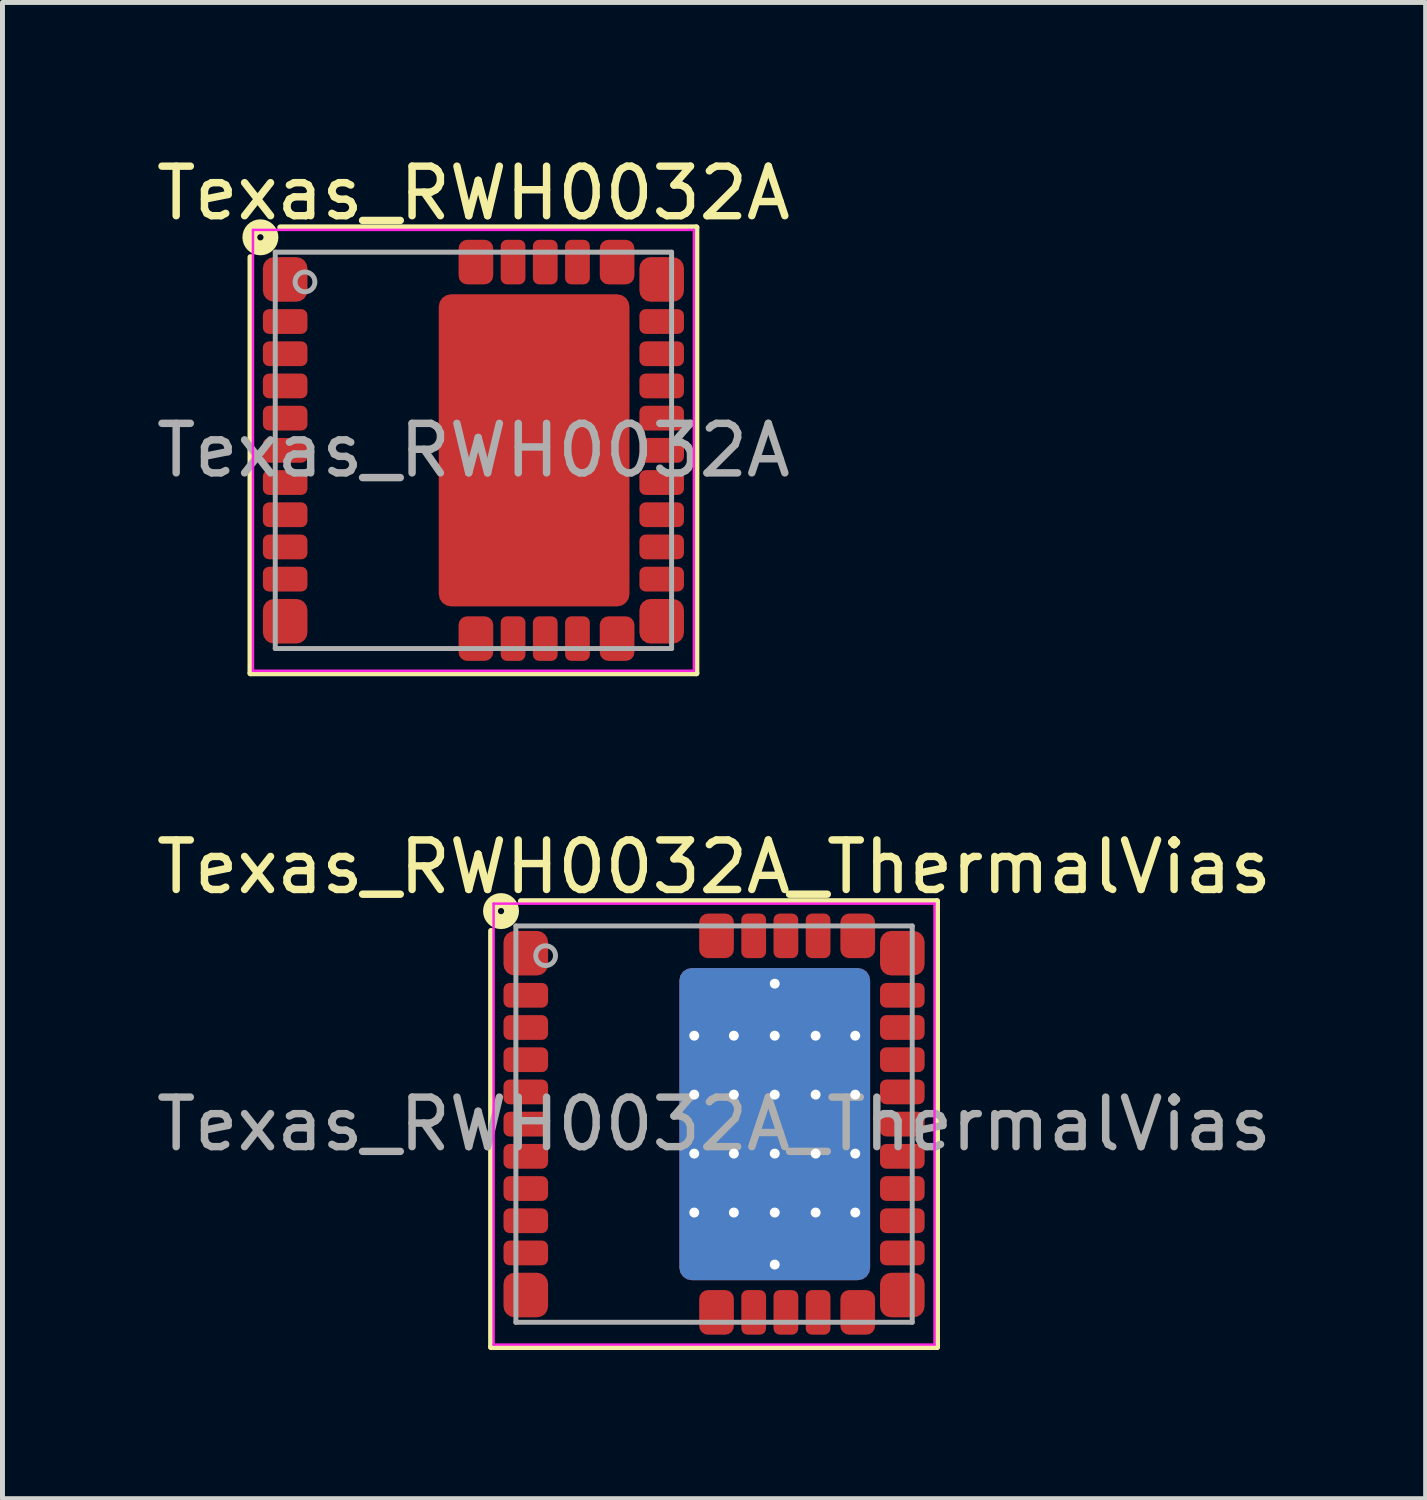
<source format=kicad_pcb>
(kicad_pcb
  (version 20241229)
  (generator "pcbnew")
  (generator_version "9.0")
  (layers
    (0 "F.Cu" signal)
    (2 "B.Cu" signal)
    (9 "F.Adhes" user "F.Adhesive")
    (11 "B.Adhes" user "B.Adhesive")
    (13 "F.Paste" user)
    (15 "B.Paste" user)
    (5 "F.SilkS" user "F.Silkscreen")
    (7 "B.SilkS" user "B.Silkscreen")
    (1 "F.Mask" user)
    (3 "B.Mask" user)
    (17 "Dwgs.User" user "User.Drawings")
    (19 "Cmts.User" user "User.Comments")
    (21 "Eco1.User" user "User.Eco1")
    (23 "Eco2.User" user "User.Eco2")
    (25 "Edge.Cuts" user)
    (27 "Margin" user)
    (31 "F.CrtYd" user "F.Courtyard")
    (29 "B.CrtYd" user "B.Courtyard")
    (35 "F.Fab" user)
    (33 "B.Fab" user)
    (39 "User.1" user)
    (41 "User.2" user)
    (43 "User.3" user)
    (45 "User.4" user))
  (footprint "Texas_RWH0032A"
    (layer "F.Cu")
    (at 6.506 6.04)
    (property "Reference" "Texas_RWH0032A" (at 0 -5.191 0) (layer "F.SilkS") (effects (font (size 1 1) (thickness 0.15))))
    (attr smd)
    (fp_line (start -4.5 -3.9) (end -4.5 4.5) (stroke (width 0.12) (type solid)) (layer "F.SilkS"))
    (fp_line (start -4.5 4.5) (end 4.5 4.5) (stroke (width 0.12) (type solid)) (layer "F.SilkS"))
    (fp_line (start 4.5 -4.5) (end -3.9 -4.5) (stroke (width 0.12) (type solid)) (layer "F.SilkS"))
    (fp_line (start 4.5 4.5) (end 4.5 -4.5) (stroke (width 0.12) (type solid)) (layer "F.SilkS"))
    (fp_circle (center -4.3 -4.3) (end -4.237 -4.3) (stroke (width 0.3) (type solid)) (fill no) (layer "F.SilkS"))
    (fp_line (start -4.45 -4.45) (end 4.45 -4.45) (stroke (width 0.05) (type solid)) (layer "F.CrtYd"))
    (fp_line (start -4.45 4.45) (end -4.45 -4.45) (stroke (width 0.05) (type solid)) (layer "F.CrtYd"))
    (fp_line (start 4.45 -4.45) (end 4.45 4.45) (stroke (width 0.05) (type solid)) (layer "F.CrtYd"))
    (fp_line (start 4.45 4.45) (end -4.45 4.45) (stroke (width 0.05) (type solid)) (layer "F.CrtYd"))
    (fp_line (start -4 -4) (end 4 -4) (stroke (width 0.1) (type solid)) (layer "F.Fab"))
    (fp_line (start -4 4) (end -4 -4) (stroke (width 0.1) (type solid)) (layer "F.Fab"))
    (fp_line (start 4 -4) (end 4 4) (stroke (width 0.1) (type solid)) (layer "F.Fab"))
    (fp_line (start 4 4) (end -4 4) (stroke (width 0.1) (type solid)) (layer "F.Fab"))
    (fp_circle (center -3.4 -3.4) (end -3.2 -3.4) (stroke (width 0.1) (type solid)) (fill no) (layer "F.Fab"))
    (fp_text user "${REFERENCE}" (at 0 0 0) (layer "F.Fab") (effects (font (size 1 1) (thickness 0.15))))
    (pad "" smd roundrect (at 0.325 -2.38) (size 1.6 0.99) (layers "F.Paste") (roundrect_rratio 0.25))
    (pad "" smd roundrect (at 0.325 -1.19) (size 1.6 0.99) (layers "F.Paste") (roundrect_rratio 0.25))
    (pad "" smd roundrect (at 0.325 0) (size 1.6 0.99) (layers "F.Paste") (roundrect_rratio 0.25))
    (pad "" smd roundrect (at 0.325 1.19) (size 1.6 0.99) (layers "F.Paste") (roundrect_rratio 0.25))
    (pad "" smd roundrect (at 0.325 2.38) (size 1.6 0.99) (layers "F.Paste") (roundrect_rratio 0.25))
    (pad "" smd roundrect (at 2.125 -2.38) (size 1.6 0.99) (layers "F.Paste") (roundrect_rratio 0.25))
    (pad "" smd roundrect (at 2.125 -1.19) (size 1.6 0.99) (layers "F.Paste") (roundrect_rratio 0.25))
    (pad "" smd roundrect (at 2.125 0) (size 1.6 0.99) (layers "F.Paste") (roundrect_rratio 0.25))
    (pad "" smd roundrect (at 2.125 1.19) (size 1.6 0.99) (layers "F.Paste") (roundrect_rratio 0.25))
    (pad "" smd roundrect (at 2.125 2.38) (size 1.6 0.99) (layers "F.Paste") (roundrect_rratio 0.25))
    (pad "1" smd roundrect (at -3.8 -3.45) (size 0.9 0.9) (layers "F.Cu" "F.Mask" "F.Paste") (roundrect_rratio 0.25))
    (pad "2" smd roundrect (at -3.8 -2.6) (size 0.9 0.5) (layers "F.Cu" "F.Mask" "F.Paste") (roundrect_rratio 0.25))
    (pad "3" smd roundrect (at -3.8 -1.95) (size 0.9 0.5) (layers "F.Cu" "F.Mask" "F.Paste") (roundrect_rratio 0.25))
    (pad "4" smd roundrect (at -3.8 -1.3) (size 0.9 0.5) (layers "F.Cu" "F.Mask" "F.Paste") (roundrect_rratio 0.25))
    (pad "5" smd roundrect (at -3.8 -0.65) (size 0.9 0.5) (layers "F.Cu" "F.Mask" "F.Paste") (roundrect_rratio 0.25))
    (pad "6" smd roundrect (at -3.8 0) (size 0.9 0.5) (layers "F.Cu" "F.Mask" "F.Paste") (roundrect_rratio 0.25))
    (pad "7" smd roundrect (at -3.8 0.65) (size 0.9 0.5) (layers "F.Cu" "F.Mask" "F.Paste") (roundrect_rratio 0.25))
    (pad "8" smd roundrect (at -3.8 1.3) (size 0.9 0.5) (layers "F.Cu" "F.Mask" "F.Paste") (roundrect_rratio 0.25))
    (pad "9" smd roundrect (at -3.8 1.95) (size 0.9 0.5) (layers "F.Cu" "F.Mask" "F.Paste") (roundrect_rratio 0.25))
    (pad "10" smd roundrect (at -3.8 2.6) (size 0.9 0.5) (layers "F.Cu" "F.Mask" "F.Paste") (roundrect_rratio 0.25))
    (pad "11" smd roundrect (at -3.8 3.45) (size 0.9 0.9) (layers "F.Cu" "F.Mask" "F.Paste") (roundrect_rratio 0.25))
    (pad "12" smd roundrect (at 0.05 3.8) (size 0.7 0.9) (layers "F.Cu" "F.Mask" "F.Paste") (roundrect_rratio 0.25))
    (pad "13" smd roundrect (at 0.8 3.8) (size 0.5 0.9) (layers "F.Cu" "F.Mask" "F.Paste") (roundrect_rratio 0.25))
    (pad "14" smd roundrect (at 1.45 3.8) (size 0.5 0.9) (layers "F.Cu" "F.Mask" "F.Paste") (roundrect_rratio 0.25))
    (pad "15" smd roundrect (at 2.1 3.8) (size 0.5 0.9) (layers "F.Cu" "F.Mask" "F.Paste") (roundrect_rratio 0.25))
    (pad "16" smd roundrect (at 2.9 3.8) (size 0.7 0.9) (layers "F.Cu" "F.Mask" "F.Paste") (roundrect_rratio 0.25))
    (pad "17" smd roundrect (at 3.8 3.45) (size 0.9 0.9) (layers "F.Cu" "F.Mask" "F.Paste") (roundrect_rratio 0.25))
    (pad "18" smd roundrect (at 3.8 2.6) (size 0.9 0.5) (layers "F.Cu" "F.Mask" "F.Paste") (roundrect_rratio 0.25))
    (pad "19" smd roundrect (at 3.8 1.95) (size 0.9 0.5) (layers "F.Cu" "F.Mask" "F.Paste") (roundrect_rratio 0.25))
    (pad "20" smd roundrect (at 3.8 1.3) (size 0.9 0.5) (layers "F.Cu" "F.Mask" "F.Paste") (roundrect_rratio 0.25))
    (pad "21" smd roundrect (at 3.8 0.65) (size 0.9 0.5) (layers "F.Cu" "F.Mask" "F.Paste") (roundrect_rratio 0.25))
    (pad "22" smd roundrect (at 3.8 0) (size 0.9 0.5) (layers "F.Cu" "F.Mask" "F.Paste") (roundrect_rratio 0.25))
    (pad "23" smd roundrect (at 3.8 -0.65) (size 0.9 0.5) (layers "F.Cu" "F.Mask" "F.Paste") (roundrect_rratio 0.25))
    (pad "24" smd roundrect (at 3.8 -1.3) (size 0.9 0.5) (layers "F.Cu" "F.Mask" "F.Paste") (roundrect_rratio 0.25))
    (pad "25" smd roundrect (at 3.8 -1.95) (size 0.9 0.5) (layers "F.Cu" "F.Mask" "F.Paste") (roundrect_rratio 0.25))
    (pad "26" smd roundrect (at 3.8 -2.6) (size 0.9 0.5) (layers "F.Cu" "F.Mask" "F.Paste") (roundrect_rratio 0.25))
    (pad "27" smd roundrect (at 3.8 -3.45) (size 0.9 0.9) (layers "F.Cu" "F.Mask" "F.Paste") (roundrect_rratio 0.25))
    (pad "28" smd roundrect (at 2.9 -3.8) (size 0.7 0.9) (layers "F.Cu" "F.Mask" "F.Paste") (roundrect_rratio 0.25))
    (pad "29" smd roundrect (at 2.1 -3.8) (size 0.5 0.9) (layers "F.Cu" "F.Mask" "F.Paste") (roundrect_rratio 0.25))
    (pad "30" smd roundrect (at 1.45 -3.8) (size 0.5 0.9) (layers "F.Cu" "F.Mask" "F.Paste") (roundrect_rratio 0.25))
    (pad "31" smd roundrect (at 0.8 -3.8) (size 0.5 0.9) (layers "F.Cu" "F.Mask" "F.Paste") (roundrect_rratio 0.25))
    (pad "32" smd roundrect (at 0.05 -3.8) (size 0.7 0.9) (layers "F.Cu" "F.Mask" "F.Paste") (roundrect_rratio 0.25))
    (pad "33" smd roundrect (at 1.225 0) (size 3.85 6.3) (layers "F.Cu" "F.Mask") (roundrect_rratio 0.065)))
  (footprint "Texas_RWH0032A_ThermalVias"
    (layer "F.Cu")
    (at 11.363 19.64)
    (property "Reference" "Texas_RWH0032A_ThermalVias" (at 0 -5.191 0) (layer "F.SilkS") (effects (font (size 1 1) (thickness 0.15))))
    (attr smd)
    (fp_line (start -4.5 -3.9) (end -4.5 4.5) (stroke (width 0.12) (type solid)) (layer "F.SilkS"))
    (fp_line (start -4.5 4.5) (end 4.5 4.5) (stroke (width 0.12) (type solid)) (layer "F.SilkS"))
    (fp_line (start 4.5 -4.5) (end -3.9 -4.5) (stroke (width 0.12) (type solid)) (layer "F.SilkS"))
    (fp_line (start 4.5 4.5) (end 4.5 -4.5) (stroke (width 0.12) (type solid)) (layer "F.SilkS"))
    (fp_circle (center -4.3 -4.3) (end -4.237 -4.3) (stroke (width 0.3) (type solid)) (fill no) (layer "F.SilkS"))
    (fp_line (start -4.45 -4.45) (end 4.45 -4.45) (stroke (width 0.05) (type solid)) (layer "F.CrtYd"))
    (fp_line (start -4.45 4.45) (end -4.45 -4.45) (stroke (width 0.05) (type solid)) (layer "F.CrtYd"))
    (fp_line (start 4.45 -4.45) (end 4.45 4.45) (stroke (width 0.05) (type solid)) (layer "F.CrtYd"))
    (fp_line (start 4.45 4.45) (end -4.45 4.45) (stroke (width 0.05) (type solid)) (layer "F.CrtYd"))
    (fp_line (start -4 -4) (end 4 -4) (stroke (width 0.1) (type solid)) (layer "F.Fab"))
    (fp_line (start -4 4) (end -4 -4) (stroke (width 0.1) (type solid)) (layer "F.Fab"))
    (fp_line (start 4 -4) (end 4 4) (stroke (width 0.1) (type solid)) (layer "F.Fab"))
    (fp_line (start 4 4) (end -4 4) (stroke (width 0.1) (type solid)) (layer "F.Fab"))
    (fp_circle (center -3.4 -3.4) (end -3.2 -3.4) (stroke (width 0.1) (type solid)) (fill no) (layer "F.Fab"))
    (fp_text user "${REFERENCE}" (at 0 0 0) (layer "F.Fab") (effects (font (size 1 1) (thickness 0.15))))
    (pad "" smd roundrect (at 0.325 -2.38) (size 1.6 0.99) (layers "F.Paste") (roundrect_rratio 0.25))
    (pad "" smd roundrect (at 0.325 -1.19) (size 1.6 0.99) (layers "F.Paste") (roundrect_rratio 0.25))
    (pad "" smd roundrect (at 0.325 0) (size 1.6 0.99) (layers "F.Paste") (roundrect_rratio 0.25))
    (pad "" smd roundrect (at 0.325 1.19) (size 1.6 0.99) (layers "F.Paste") (roundrect_rratio 0.25))
    (pad "" smd roundrect (at 0.325 2.38) (size 1.6 0.99) (layers "F.Paste") (roundrect_rratio 0.25))
    (pad "" smd roundrect (at 2.125 -2.38) (size 1.6 0.99) (layers "F.Paste") (roundrect_rratio 0.25))
    (pad "" smd roundrect (at 2.125 -1.19) (size 1.6 0.99) (layers "F.Paste") (roundrect_rratio 0.25))
    (pad "" smd roundrect (at 2.125 0) (size 1.6 0.99) (layers "F.Paste") (roundrect_rratio 0.25))
    (pad "" smd roundrect (at 2.125 1.19) (size 1.6 0.99) (layers "F.Paste") (roundrect_rratio 0.25))
    (pad "" smd roundrect (at 2.125 2.38) (size 1.6 0.99) (layers "F.Paste") (roundrect_rratio 0.25))
    (pad "1" smd roundrect (at -3.8 -3.45) (size 0.9 0.9) (layers "F.Cu" "F.Mask" "F.Paste") (roundrect_rratio 0.25))
    (pad "2" smd roundrect (at -3.8 -2.6) (size 0.9 0.5) (layers "F.Cu" "F.Mask" "F.Paste") (roundrect_rratio 0.25))
    (pad "3" smd roundrect (at -3.8 -1.95) (size 0.9 0.5) (layers "F.Cu" "F.Mask" "F.Paste") (roundrect_rratio 0.25))
    (pad "4" smd roundrect (at -3.8 -1.3) (size 0.9 0.5) (layers "F.Cu" "F.Mask" "F.Paste") (roundrect_rratio 0.25))
    (pad "5" smd roundrect (at -3.8 -0.65) (size 0.9 0.5) (layers "F.Cu" "F.Mask" "F.Paste") (roundrect_rratio 0.25))
    (pad "6" smd roundrect (at -3.8 0) (size 0.9 0.5) (layers "F.Cu" "F.Mask" "F.Paste") (roundrect_rratio 0.25))
    (pad "7" smd roundrect (at -3.8 0.65) (size 0.9 0.5) (layers "F.Cu" "F.Mask" "F.Paste") (roundrect_rratio 0.25))
    (pad "8" smd roundrect (at -3.8 1.3) (size 0.9 0.5) (layers "F.Cu" "F.Mask" "F.Paste") (roundrect_rratio 0.25))
    (pad "9" smd roundrect (at -3.8 1.95) (size 0.9 0.5) (layers "F.Cu" "F.Mask" "F.Paste") (roundrect_rratio 0.25))
    (pad "10" smd roundrect (at -3.8 2.6) (size 0.9 0.5) (layers "F.Cu" "F.Mask" "F.Paste") (roundrect_rratio 0.25))
    (pad "11" smd roundrect (at -3.8 3.45) (size 0.9 0.9) (layers "F.Cu" "F.Mask" "F.Paste") (roundrect_rratio 0.25))
    (pad "12" smd roundrect (at 0.05 3.8) (size 0.7 0.9) (layers "F.Cu" "F.Mask" "F.Paste") (roundrect_rratio 0.25))
    (pad "13" smd roundrect (at 0.8 3.8) (size 0.5 0.9) (layers "F.Cu" "F.Mask" "F.Paste") (roundrect_rratio 0.25))
    (pad "14" smd roundrect (at 1.45 3.8) (size 0.5 0.9) (layers "F.Cu" "F.Mask" "F.Paste") (roundrect_rratio 0.25))
    (pad "15" smd roundrect (at 2.1 3.8) (size 0.5 0.9) (layers "F.Cu" "F.Mask" "F.Paste") (roundrect_rratio 0.25))
    (pad "16" smd roundrect (at 2.9 3.8) (size 0.7 0.9) (layers "F.Cu" "F.Mask" "F.Paste") (roundrect_rratio 0.25))
    (pad "17" smd roundrect (at 3.8 3.45) (size 0.9 0.9) (layers "F.Cu" "F.Mask" "F.Paste") (roundrect_rratio 0.25))
    (pad "18" smd roundrect (at 3.8 2.6) (size 0.9 0.5) (layers "F.Cu" "F.Mask" "F.Paste") (roundrect_rratio 0.25))
    (pad "19" smd roundrect (at 3.8 1.95) (size 0.9 0.5) (layers "F.Cu" "F.Mask" "F.Paste") (roundrect_rratio 0.25))
    (pad "20" smd roundrect (at 3.8 1.3) (size 0.9 0.5) (layers "F.Cu" "F.Mask" "F.Paste") (roundrect_rratio 0.25))
    (pad "21" smd roundrect (at 3.8 0.65) (size 0.9 0.5) (layers "F.Cu" "F.Mask" "F.Paste") (roundrect_rratio 0.25))
    (pad "22" smd roundrect (at 3.8 0) (size 0.9 0.5) (layers "F.Cu" "F.Mask" "F.Paste") (roundrect_rratio 0.25))
    (pad "23" smd roundrect (at 3.8 -0.65) (size 0.9 0.5) (layers "F.Cu" "F.Mask" "F.Paste") (roundrect_rratio 0.25))
    (pad "24" smd roundrect (at 3.8 -1.3) (size 0.9 0.5) (layers "F.Cu" "F.Mask" "F.Paste") (roundrect_rratio 0.25))
    (pad "25" smd roundrect (at 3.8 -1.95) (size 0.9 0.5) (layers "F.Cu" "F.Mask" "F.Paste") (roundrect_rratio 0.25))
    (pad "26" smd roundrect (at 3.8 -2.6) (size 0.9 0.5) (layers "F.Cu" "F.Mask" "F.Paste") (roundrect_rratio 0.25))
    (pad "27" smd roundrect (at 3.8 -3.45) (size 0.9 0.9) (layers "F.Cu" "F.Mask" "F.Paste") (roundrect_rratio 0.25))
    (pad "28" smd roundrect (at 2.9 -3.8) (size 0.7 0.9) (layers "F.Cu" "F.Mask" "F.Paste") (roundrect_rratio 0.25))
    (pad "29" smd roundrect (at 2.1 -3.8) (size 0.5 0.9) (layers "F.Cu" "F.Mask" "F.Paste") (roundrect_rratio 0.25))
    (pad "30" smd roundrect (at 1.45 -3.8) (size 0.5 0.9) (layers "F.Cu" "F.Mask" "F.Paste") (roundrect_rratio 0.25))
    (pad "31" smd roundrect (at 0.8 -3.8) (size 0.5 0.9) (layers "F.Cu" "F.Mask" "F.Paste") (roundrect_rratio 0.25))
    (pad "32" smd roundrect (at 0.05 -3.8) (size 0.7 0.9) (layers "F.Cu" "F.Mask" "F.Paste") (roundrect_rratio 0.25))
    (pad "33" thru_hole circle (at -0.4 -1.785) (size 0.5 0.5) (drill 0.2) (property pad_prop_heatsink) (layers "*.Cu"))
    (pad "33" thru_hole circle (at -0.4 -0.595) (size 0.5 0.5) (drill 0.2) (property pad_prop_heatsink) (layers "*.Cu"))
    (pad "33" thru_hole circle (at -0.4 0.595) (size 0.5 0.5) (drill 0.2) (property pad_prop_heatsink) (layers "*.Cu"))
    (pad "33" thru_hole circle (at -0.4 1.785) (size 0.5 0.5) (drill 0.2) (property pad_prop_heatsink) (layers "*.Cu"))
    (pad "33" thru_hole circle (at 0.4 -1.785) (size 0.5 0.5) (drill 0.2) (property pad_prop_heatsink) (layers "*.Cu"))
    (pad "33" thru_hole circle (at 0.4 -0.595) (size 0.5 0.5) (drill 0.2) (property pad_prop_heatsink) (layers "*.Cu"))
    (pad "33" thru_hole circle (at 0.4 0.595) (size 0.5 0.5) (drill 0.2) (property pad_prop_heatsink) (layers "*.Cu"))
    (pad "33" thru_hole circle (at 0.4 1.785) (size 0.5 0.5) (drill 0.2) (property pad_prop_heatsink) (layers "*.Cu"))
    (pad "33" thru_hole circle (at 1.225 -2.835) (size 0.5 0.5) (drill 0.2) (property pad_prop_heatsink) (layers "*.Cu"))
    (pad "33" thru_hole circle (at 1.225 -1.785) (size 0.5 0.5) (drill 0.2) (property pad_prop_heatsink) (layers "*.Cu"))
    (pad "33" thru_hole circle (at 1.225 -0.595) (size 0.5 0.5) (drill 0.2) (property pad_prop_heatsink) (layers "*.Cu"))
    (pad "33" smd roundrect (at 1.225 0) (size 3.85 6.3) (layers "F.Cu" "F.Mask") (roundrect_rratio 0.065))
    (pad "33" smd roundrect (at 1.225 0) (size 3.85 6.3) (layers "B.Cu" "B.Mask") (roundrect_rratio 0.065))
    (pad "33" thru_hole circle (at 1.225 0.595) (size 0.5 0.5) (drill 0.2) (property pad_prop_heatsink) (layers "*.Cu"))
    (pad "33" thru_hole circle (at 1.225 1.785) (size 0.5 0.5) (drill 0.2) (property pad_prop_heatsink) (layers "*.Cu"))
    (pad "33" thru_hole circle (at 1.225 2.835) (size 0.5 0.5) (drill 0.2) (property pad_prop_heatsink) (layers "*.Cu"))
    (pad "33" thru_hole circle (at 2.05 -1.785) (size 0.5 0.5) (drill 0.2) (property pad_prop_heatsink) (layers "*.Cu"))
    (pad "33" thru_hole circle (at 2.05 -0.595) (size 0.5 0.5) (drill 0.2) (property pad_prop_heatsink) (layers "*.Cu"))
    (pad "33" thru_hole circle (at 2.05 0.595) (size 0.5 0.5) (drill 0.2) (property pad_prop_heatsink) (layers "*.Cu"))
    (pad "33" thru_hole circle (at 2.05 1.785) (size 0.5 0.5) (drill 0.2) (property pad_prop_heatsink) (layers "*.Cu"))
    (pad "33" thru_hole circle (at 2.85 -1.785) (size 0.5 0.5) (drill 0.2) (property pad_prop_heatsink) (layers "*.Cu"))
    (pad "33" thru_hole circle (at 2.85 -0.595) (size 0.5 0.5) (drill 0.2) (property pad_prop_heatsink) (layers "*.Cu"))
    (pad "33" thru_hole circle (at 2.85 0.595) (size 0.5 0.5) (drill 0.2) (property pad_prop_heatsink) (layers "*.Cu"))
    (pad "33" thru_hole circle (at 2.85 1.785) (size 0.5 0.5) (drill 0.2) (property pad_prop_heatsink) (layers "*.Cu")))
  (gr_rect
    (start -3 -3)
    (end 25.726 27.2)
    (stroke (width 0.1) (type default))
    (fill no)
    (layer "Edge.Cuts")))
</source>
